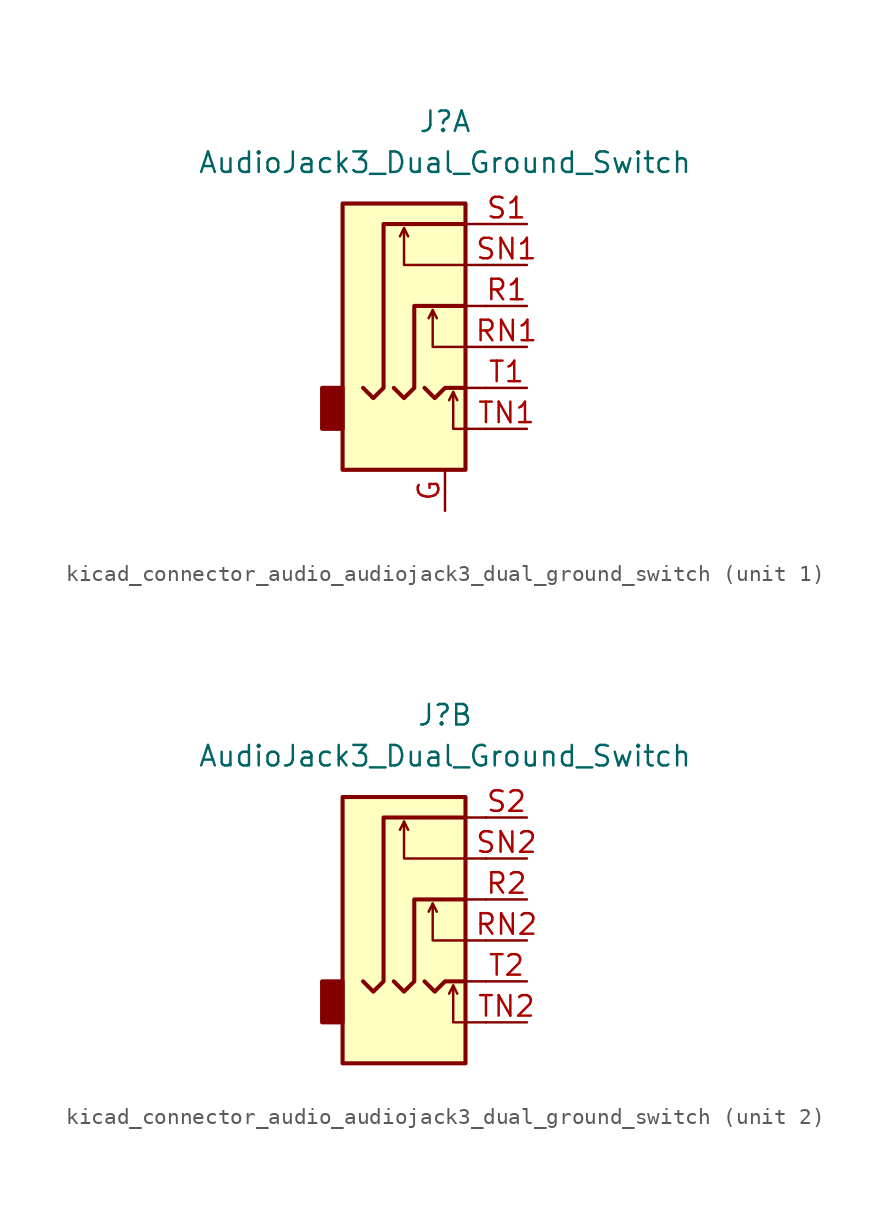
<source format=kicad_sym>
(kicad_symbol_lib
  (version 20220914)
  (generator kicad_symbol_editor)
  (symbol "kicad_connector_audio_audiojack3_dual_ground_switch"
    (property "Reference" "J"
      (at 0 11.43 0)
      (effects (font (size 1.27 1.27))))
    (property "Value" "AudioJack3_Dual_Ground_Switch"
      (at 0 8.89 0)
      (effects (font (size 1.27 1.27))))
    (symbol "kicad_connector_audio_audiojack3_dual_ground_switch_0_1"
      (rectangle (start -6.35 -5.08) (end -7.62 -7.62) (stroke (width 0.254) (type default)) (fill (type outline)))
      (polyline (pts (xy -2.54 4.826) (xy -2.286 4.318)) (stroke (width 0) (type default)) (fill (type none)))
      (polyline (pts (xy -0.762 -0.254) (xy -0.508 -0.762)) (stroke (width 0) (type default)) (fill (type none)))
      (polyline (pts (xy 0.508 -5.334) (xy 0.762 -5.842)) (stroke (width 0) (type default)) (fill (type none)))
      (polyline (pts (xy 1.27 0) (xy 2.54 0)) (stroke (width 0) (type default)) (fill (type none)))
      (polyline (pts (xy 2.54 -5.08) (xy 1.27 -5.08)) (stroke (width 0) (type default)) (fill (type none)))
      (polyline (pts (xy 2.54 5.08) (xy 1.27 5.08)) (stroke (width 0) (type default)) (fill (type none)))
      (polyline (pts (xy -1.27 -5.08) (xy -0.635 -5.715) (xy 0 -5.08) (xy 1.27 -5.08)) (stroke (width 0.254) (type default)) (fill (type none)))
      (polyline (pts (xy 2.54 -7.62) (xy 0.508 -7.62) (xy 0.508 -5.334) (xy 0.254 -5.842)) (stroke (width 0) (type default)) (fill (type none)))
      (polyline (pts (xy 2.54 -2.54) (xy -0.762 -2.54) (xy -0.762 -0.254) (xy -1.016 -0.762)) (stroke (width 0) (type default)) (fill (type none)))
      (polyline (pts (xy 2.54 2.54) (xy -2.54 2.54) (xy -2.54 4.826) (xy -2.794 4.318)) (stroke (width 0) (type default)) (fill (type none)))
      (polyline (pts (xy -3.175 -5.08) (xy -2.54 -5.715) (xy -1.905 -5.08) (xy -1.905 0) (xy 1.27 0)) (stroke (width 0.254) (type default)) (fill (type none)))
      (polyline (pts (xy 1.27 5.08) (xy -3.81 5.08) (xy -3.81 -5.08) (xy -4.445 -5.715) (xy -5.08 -5.08)) (stroke (width 0.254) (type default)) (fill (type none)))
      (rectangle (start 1.27 6.35) (end -6.35 -10.16) (stroke (width 0.254) (type default)) (fill (type background))))
    (symbol "kicad_connector_audio_audiojack3_dual_ground_switch_1_1"
      (pin passive line (at 0 -12.7 90) (length 2.54) (name "~" (effects (font (size 1.27 1.27)))) (number "G" (effects (font (size 1.27 1.27)))))
      (pin passive line (at 5.08 0 180) (length 2.54) (name "~" (effects (font (size 1.27 1.27)))) (number "R1" (effects (font (size 1.27 1.27)))))
      (pin passive line (at 5.08 -2.54 180) (length 2.54) (name "~" (effects (font (size 1.27 1.27)))) (number "RN1" (effects (font (size 1.27 1.27)))))
      (pin passive line (at 5.08 5.08 180) (length 2.54) (name "~" (effects (font (size 1.27 1.27)))) (number "S1" (effects (font (size 1.27 1.27)))))
      (pin passive line (at 5.08 2.54 180) (length 2.54) (name "~" (effects (font (size 1.27 1.27)))) (number "SN1" (effects (font (size 1.27 1.27)))))
      (pin passive line (at 5.08 -5.08 180) (length 2.54) (name "~" (effects (font (size 1.27 1.27)))) (number "T1" (effects (font (size 1.27 1.27)))))
      (pin passive line (at 5.08 -7.62 180) (length 2.54) (name "~" (effects (font (size 1.27 1.27)))) (number "TN1" (effects (font (size 1.27 1.27))))))
    (symbol "kicad_connector_audio_audiojack3_dual_ground_switch_2_1"
      (pin passive line (at 5.08 0 180) (length 2.54) (name "~" (effects (font (size 1.27 1.27)))) (number "R2" (effects (font (size 1.27 1.27)))))
      (pin passive line (at 5.08 -2.54 180) (length 2.54) (name "~" (effects (font (size 1.27 1.27)))) (number "RN2" (effects (font (size 1.27 1.27)))))
      (pin passive line (at 5.08 5.08 180) (length 2.54) (name "~" (effects (font (size 1.27 1.27)))) (number "S2" (effects (font (size 1.27 1.27)))))
      (pin passive line (at 5.08 2.54 180) (length 2.54) (name "~" (effects (font (size 1.27 1.27)))) (number "SN2" (effects (font (size 1.27 1.27)))))
      (pin passive line (at 5.08 -5.08 180) (length 2.54) (name "~" (effects (font (size 1.27 1.27)))) (number "T2" (effects (font (size 1.27 1.27)))))
      (pin passive line (at 5.08 -7.62 180) (length 2.54) (name "~" (effects (font (size 1.27 1.27)))) (number "TN2" (effects (font (size 1.27 1.27))))))))
</source>
